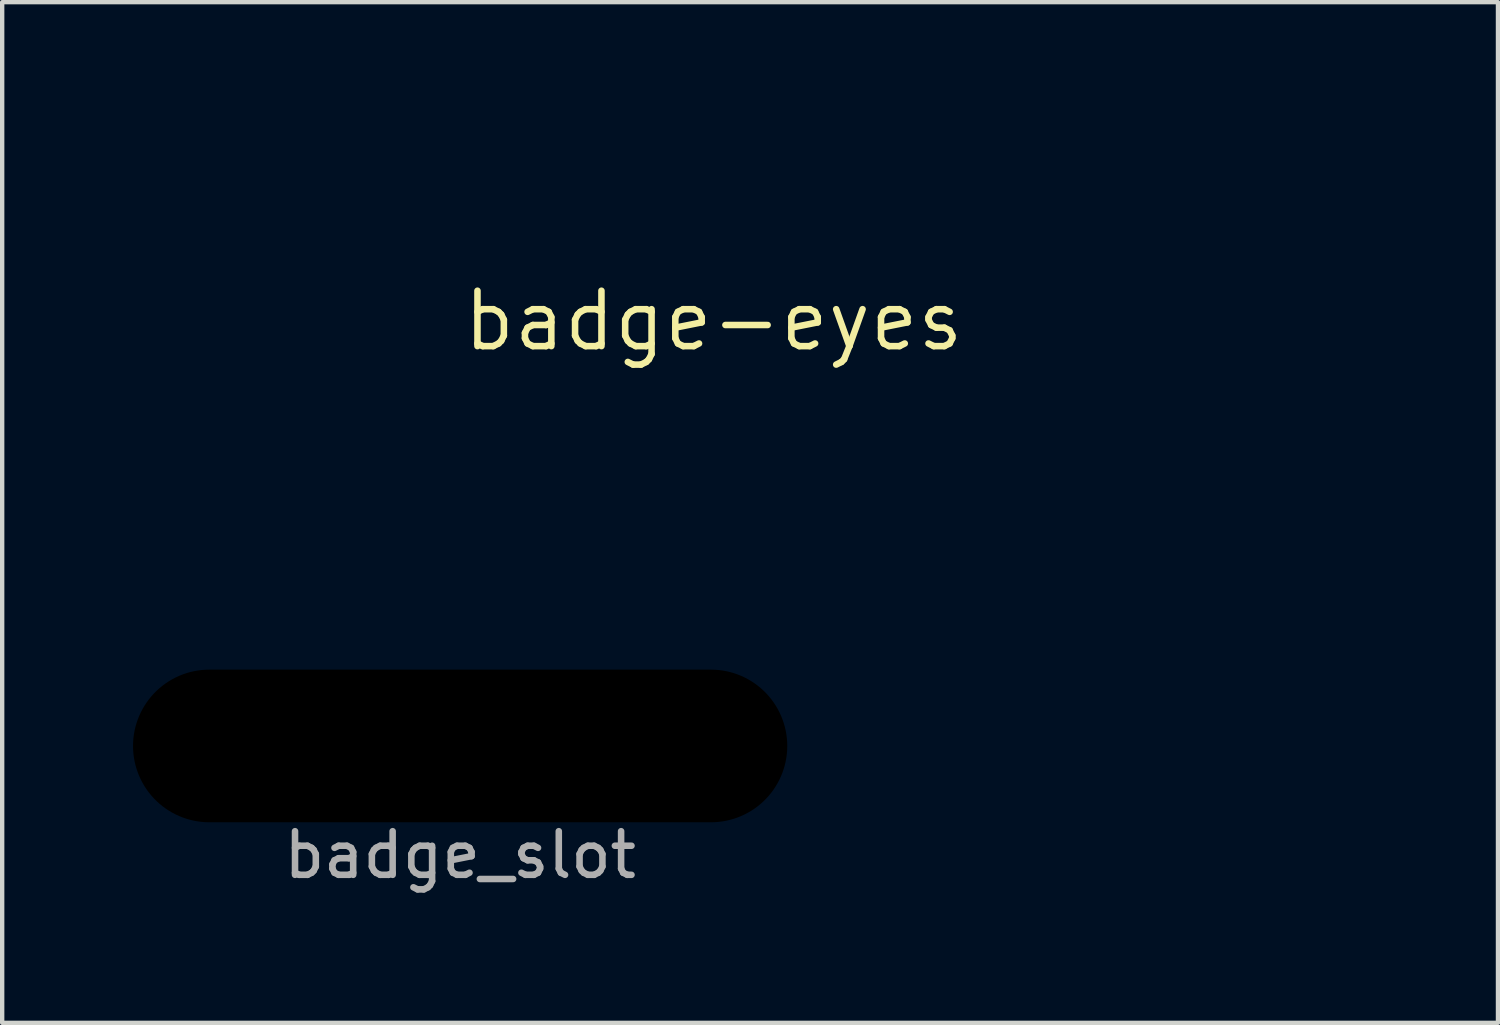
<source format=kicad_pcb>
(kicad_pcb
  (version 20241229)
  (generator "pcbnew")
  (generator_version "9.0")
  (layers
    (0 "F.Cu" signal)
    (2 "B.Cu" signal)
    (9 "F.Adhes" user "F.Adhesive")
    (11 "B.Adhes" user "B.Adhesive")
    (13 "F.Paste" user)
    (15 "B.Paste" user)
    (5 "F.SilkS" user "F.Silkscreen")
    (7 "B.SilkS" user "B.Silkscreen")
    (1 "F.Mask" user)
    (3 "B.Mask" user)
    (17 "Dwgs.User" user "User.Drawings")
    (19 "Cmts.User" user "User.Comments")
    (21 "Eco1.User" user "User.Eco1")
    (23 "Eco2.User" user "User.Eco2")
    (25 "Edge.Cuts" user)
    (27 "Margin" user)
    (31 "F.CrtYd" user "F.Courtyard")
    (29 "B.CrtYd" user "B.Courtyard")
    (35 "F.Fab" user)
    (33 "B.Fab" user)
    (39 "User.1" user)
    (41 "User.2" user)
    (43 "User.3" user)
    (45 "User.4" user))
  (footprint "badge-eyes"
    (layer "F.Cu")
    (at 13.31 4.306)
    (property "Reference" "badge-eyes" (at 0 0 0) (layer "F.SilkS") (effects (font (size 1.27 1.27) (thickness 0.15))))
    (attr through_hole)
    (fp_poly (pts (xy 13.841 -3.636) (xy 13.859 -3.577) (xy 13.887 -3.483) (xy 13.924 -3.357) (xy 13.969 -3.202) (xy 14.023 -3.02) (xy 14.083 -2.813) (xy 14.15 -2.586) (xy 14.222 -2.34) (xy 14.298 -2.079) (xy 14.378 -1.805) (xy 14.41 -1.693) (xy 14.98 0.265) (xy 14.907 0.476) (xy 14.711 0.987) (xy 14.485 1.476) (xy 14.228 1.941) (xy 13.944 2.381) (xy 13.633 2.794) (xy 13.298 3.178) (xy 12.939 3.531) (xy 12.558 3.851) (xy 12.156 4.138) (xy 11.736 4.389) (xy 11.367 4.571) (xy 11.194 4.643) (xy 10.993 4.717) (xy 10.779 4.789) (xy 10.565 4.853) (xy 10.366 4.906) (xy 10.287 4.924) (xy 10.215 4.939) (xy 10.151 4.952) (xy 10.089 4.961) (xy 10.024 4.969) (xy 9.949 4.975) (xy 9.86 4.979) (xy 9.751 4.982) (xy 9.615 4.984) (xy 9.447 4.986) (xy 9.282 4.987) (xy 9.076 4.989) (xy 8.908 4.989) (xy 8.771 4.988) (xy 8.66 4.986) (xy 8.569 4.983) (xy 8.493 4.977) (xy 8.426 4.97) (xy 8.363 4.961) (xy 8.329 4.955) (xy 7.992 4.884) (xy 7.674 4.796) (xy 7.362 4.685) (xy 7.042 4.549) (xy 6.869 4.467) (xy 6.434 4.23) (xy 6.018 3.955) (xy 5.8 3.789) (xy 5.669 3.68) (xy 5.521 3.546) (xy 5.363 3.395) (xy 5.204 3.235) (xy 5.051 3.076) (xy 4.913 2.924) (xy 4.798 2.788) (xy 4.785 2.773) (xy 4.454 2.323) (xy 4.157 1.847) (xy 3.895 1.349) (xy 3.667 0.828) (xy 3.475 0.286) (xy 3.318 -0.275) (xy 3.199 -0.855) (xy 3.143 -1.222) (xy 3.129 -1.333) (xy 3.559 -1.334) (xy 4.08 -1.342) (xy 4.629 -1.364) (xy 5.197 -1.401) (xy 5.773 -1.451) (xy 6.348 -1.513) (xy 6.91 -1.586) (xy 7.419 -1.664) (xy 8.289 -1.827) (xy 9.162 -2.023) (xy 10.032 -2.251) (xy 10.892 -2.509) (xy 11.738 -2.796) (xy 12.561 -3.109) (xy 13.357 -3.446) (xy 13.621 -3.566) (xy 13.706 -3.605) (xy 13.775 -3.635) (xy 13.82 -3.653) (xy 13.834 -3.656) (xy 13.841 -3.636)) (stroke (width 0.01) (type solid)) (fill yes) (layer "F.Mask"))
    (fp_poly (pts (xy -13.084 -4.296) (xy -13.029 -4.274) (xy -12.948 -4.237) (xy -12.845 -4.188) (xy -12.725 -4.13) (xy -12.631 -4.083) (xy -11.682 -3.628) (xy -10.726 -3.214) (xy -9.762 -2.842) (xy -8.791 -2.512) (xy -7.812 -2.223) (xy -6.825 -1.976) (xy -5.831 -1.771) (xy -4.829 -1.607) (xy -3.82 -1.485) (xy -3.577 -1.462) (xy -3.298 -1.438) (xy -3.039 -1.418) (xy -2.788 -1.402) (xy -2.536 -1.388) (xy -2.271 -1.377) (xy -1.983 -1.368) (xy -1.73 -1.362) (xy -1.523 -1.357) (xy -1.357 -1.351) (xy -1.23 -1.345) (xy -1.143 -1.339) (xy -1.093 -1.332) (xy -1.08 -1.325) (xy -1.083 -1.283) (xy -1.094 -1.208) (xy -1.109 -1.108) (xy -1.128 -0.99) (xy -1.15 -0.862) (xy -1.173 -0.733) (xy -1.195 -0.61) (xy -1.216 -0.502) (xy -1.234 -0.417) (xy -1.236 -0.407) (xy -1.381 0.143) (xy -1.561 0.678) (xy -1.777 1.196) (xy -2.026 1.692) (xy -2.307 2.165) (xy -2.618 2.61) (xy -2.729 2.752) (xy -2.846 2.892) (xy -2.988 3.049) (xy -3.144 3.214) (xy -3.304 3.375) (xy -3.46 3.525) (xy -3.603 3.653) (xy -3.63 3.676) (xy -3.876 3.869) (xy -4.148 4.059) (xy -4.435 4.238) (xy -4.729 4.402) (xy -5.018 4.544) (xy -5.293 4.659) (xy -5.311 4.665) (xy -5.739 4.805) (xy -6.167 4.907) (xy -6.593 4.973) (xy -6.711 4.983) (xy -6.861 4.989) (xy -7.032 4.992) (xy -7.214 4.992) (xy -7.396 4.989) (xy -7.569 4.983) (xy -7.721 4.974) (xy -7.843 4.962) (xy -7.853 4.961) (xy -8.32 4.876) (xy -8.775 4.752) (xy -9.218 4.588) (xy -9.646 4.387) (xy -10.059 4.149) (xy -10.454 3.874) (xy -10.832 3.565) (xy -11.19 3.223) (xy -11.526 2.847) (xy -11.841 2.44) (xy -12.131 2.002) (xy -12.397 1.535) (xy -12.465 1.402) (xy -12.679 0.936) (xy -12.862 0.454) (xy -13.015 -0.049) (xy -13.14 -0.575) (xy -13.238 -1.13) (xy -13.265 -1.323) (xy -13.279 -1.466) (xy -13.29 -1.642) (xy -13.298 -1.845) (xy -13.303 -2.066) (xy -13.305 -2.296) (xy -13.304 -2.528) (xy -13.3 -2.754) (xy -13.292 -2.965) (xy -13.282 -3.153) (xy -13.268 -3.311) (xy -13.264 -3.344) (xy -13.247 -3.479) (xy -13.227 -3.622) (xy -13.205 -3.766) (xy -13.183 -3.905) (xy -13.162 -4.033) (xy -13.142 -4.142) (xy -13.126 -4.228) (xy -13.113 -4.283) (xy -13.106 -4.301) (xy -13.084 -4.296)) (stroke (width 0.01) (type solid)) (fill yes) (layer "F.Mask"))
    (zone (net_name "") (layer "F.Cu") (hatch edge 0.508) (connect_pads) (min_thickness 0.254) (filled_areas_thickness no) (keepout (tracks allowed) (vias allowed) (pads allowed) (copperpour not_allowed) (footprints allowed)) (placement (enabled no)) (fill) (polygon (pts (xy 27.151 0.67) (xy 27.169 0.729) (xy 27.197 0.822) (xy 27.234 0.948) (xy 27.28 1.104) (xy 27.333 1.286) (xy 27.394 1.492) (xy 27.46 1.72) (xy 27.532 1.965) (xy 27.608 2.227) (xy 27.688 2.501) (xy 27.721 2.613) (xy 28.29 4.57) (xy 28.217 4.782) (xy 28.022 5.293) (xy 27.795 5.782) (xy 27.539 6.247) (xy 27.254 6.687) (xy 26.944 7.1) (xy 26.608 7.483) (xy 26.249 7.836) (xy 25.868 8.157) (xy 25.467 8.444) (xy 25.046 8.694) (xy 24.677 8.877) (xy 24.504 8.949) (xy 24.304 9.023) (xy 24.09 9.094) (xy 23.876 9.159) (xy 23.676 9.211) (xy 23.597 9.23) (xy 23.525 9.245) (xy 23.461 9.257) (xy 23.399 9.267) (xy 23.334 9.275) (xy 23.26 9.28) (xy 23.171 9.285) (xy 23.061 9.288) (xy 22.925 9.29) (xy 22.757 9.292) (xy 22.592 9.293) (xy 22.387 9.294) (xy 22.218 9.295) (xy 22.081 9.294) (xy 21.97 9.292) (xy 21.879 9.288) (xy 21.803 9.283) (xy 21.737 9.276) (xy 21.674 9.267) (xy 21.639 9.261) (xy 21.303 9.19) (xy 20.985 9.101) (xy 20.672 8.991) (xy 20.353 8.855) (xy 20.179 8.773) (xy 19.745 8.536) (xy 19.329 8.261) (xy 19.11 8.095) (xy 18.98 7.986) (xy 18.832 7.852) (xy 18.674 7.701) (xy 18.514 7.541) (xy 18.361 7.381) (xy 18.223 7.23) (xy 18.108 7.094) (xy 18.096 7.079) (xy 17.765 6.628) (xy 17.468 6.153) (xy 17.205 5.655) (xy 16.977 5.134) (xy 16.785 4.592) (xy 16.629 4.031) (xy 16.509 3.451) (xy 16.454 3.083) (xy 16.439 2.972) (xy 16.87 2.972) (xy 17.39 2.964) (xy 17.939 2.941) (xy 18.507 2.905) (xy 19.084 2.855) (xy 19.658 2.793) (xy 20.22 2.72) (xy 20.729 2.641) (xy 21.599 2.479) (xy 22.472 2.283) (xy 23.342 2.055) (xy 24.203 1.796) (xy 25.048 1.51) (xy 25.871 1.197) (xy 26.667 0.86) (xy 26.932 0.739) (xy 27.016 0.701) (xy 27.085 0.671) (xy 27.131 0.653) (xy 27.145 0.649))))
    (zone (net_name "") (layer "F.Cu") (hatch edge 0.508) (connect_pads) (min_thickness 0.254) (filled_areas_thickness no) (keepout (tracks allowed) (vias allowed) (pads allowed) (copperpour not_allowed) (footprints allowed)) (placement (enabled no)) (fill) (polygon (pts (xy 0.227 0.01) (xy 0.281 0.032) (xy 0.362 0.069) (xy 0.466 0.117) (xy 0.585 0.176) (xy 0.68 0.223) (xy 1.628 0.678) (xy 2.584 1.091) (xy 3.548 1.463) (xy 4.52 1.794) (xy 5.499 2.082) (xy 6.485 2.329) (xy 7.48 2.535) (xy 8.481 2.699) (xy 9.49 2.821) (xy 9.733 2.844) (xy 10.012 2.868) (xy 10.271 2.888) (xy 10.522 2.904) (xy 10.774 2.917) (xy 11.039 2.928) (xy 11.327 2.937) (xy 11.58 2.943) (xy 11.787 2.949) (xy 11.954 2.954) (xy 12.08 2.96) (xy 12.168 2.967) (xy 12.217 2.974) (xy 12.231 2.981) (xy 12.227 3.022) (xy 12.217 3.097) (xy 12.201 3.198) (xy 12.182 3.316) (xy 12.16 3.444) (xy 12.137 3.573) (xy 12.115 3.695) (xy 12.094 3.804) (xy 12.076 3.889) (xy 12.074 3.899) (xy 11.93 4.449) (xy 11.749 4.984) (xy 11.534 5.502) (xy 11.285 5.998) (xy 11.004 6.47) (xy 10.692 6.916) (xy 10.582 7.057) (xy 10.464 7.198) (xy 10.322 7.355) (xy 10.167 7.519) (xy 10.006 7.681) (xy 9.85 7.831) (xy 9.708 7.958) (xy 9.68 7.982) (xy 9.434 8.175) (xy 9.163 8.364) (xy 8.875 8.544) (xy 8.581 8.708) (xy 8.292 8.85) (xy 8.018 8.964) (xy 8 8.971) (xy 7.572 9.11) (xy 7.144 9.212) (xy 6.717 9.279) (xy 6.599 9.288) (xy 6.45 9.295) (xy 6.279 9.298) (xy 6.097 9.298) (xy 5.914 9.295) (xy 5.742 9.289) (xy 5.589 9.28) (xy 5.467 9.268) (xy 5.458 9.267) (xy 4.991 9.182) (xy 4.535 9.058) (xy 4.093 8.894) (xy 3.664 8.693) (xy 3.252 8.454) (xy 2.856 8.18) (xy 2.478 7.871) (xy 2.121 7.528) (xy 1.784 7.153) (xy 1.47 6.746) (xy 1.179 6.308) (xy 0.914 5.84) (xy 0.846 5.708) (xy 0.632 5.242) (xy 0.448 4.76) (xy 0.295 4.257) (xy 0.17 3.73) (xy 0.073 3.176) (xy 0.046 2.983) (xy 0.031 2.84) (xy 0.02 2.663) (xy 0.012 2.461) (xy 0.007 2.24) (xy 0.005 2.01) (xy 0.006 1.778) (xy 0.01 1.552) (xy 0.018 1.341) (xy 0.028 1.153) (xy 0.042 0.995) (xy 0.046 0.961) (xy 0.063 0.826) (xy 0.084 0.684) (xy 0.105 0.54) (xy 0.127 0.401) (xy 0.148 0.273) (xy 0.168 0.163) (xy 0.185 0.078) (xy 0.198 0.023) (xy 0.205 0.005)))))
  (footprint "badge_slot"
    (layer "F.Cu")
    (at 7.5 14.053)
    (property "Reference" "badge_slot" (at 0 -0.5 0) (unlocked yes) (layer "F.SilkS") (effects (font (size 1 1) (thickness 0.15))))
    (attr smd)
    (fp_text user "${REFERENCE}" (at 0 2.5 0) (unlocked yes) (layer "F.Fab") (effects (font (size 1 1) (thickness 0.15))))
    (pad "" np_thru_hole oval (at 0 0) (size 15 3.5) (drill oval 15 3.5) (layers "*.Mask")))
  (gr_rect
    (start -3 -3)
    (end 31.295 20.401)
    (stroke (width 0.1) (type default))
    (fill no)
    (layer "Edge.Cuts")))
</source>
